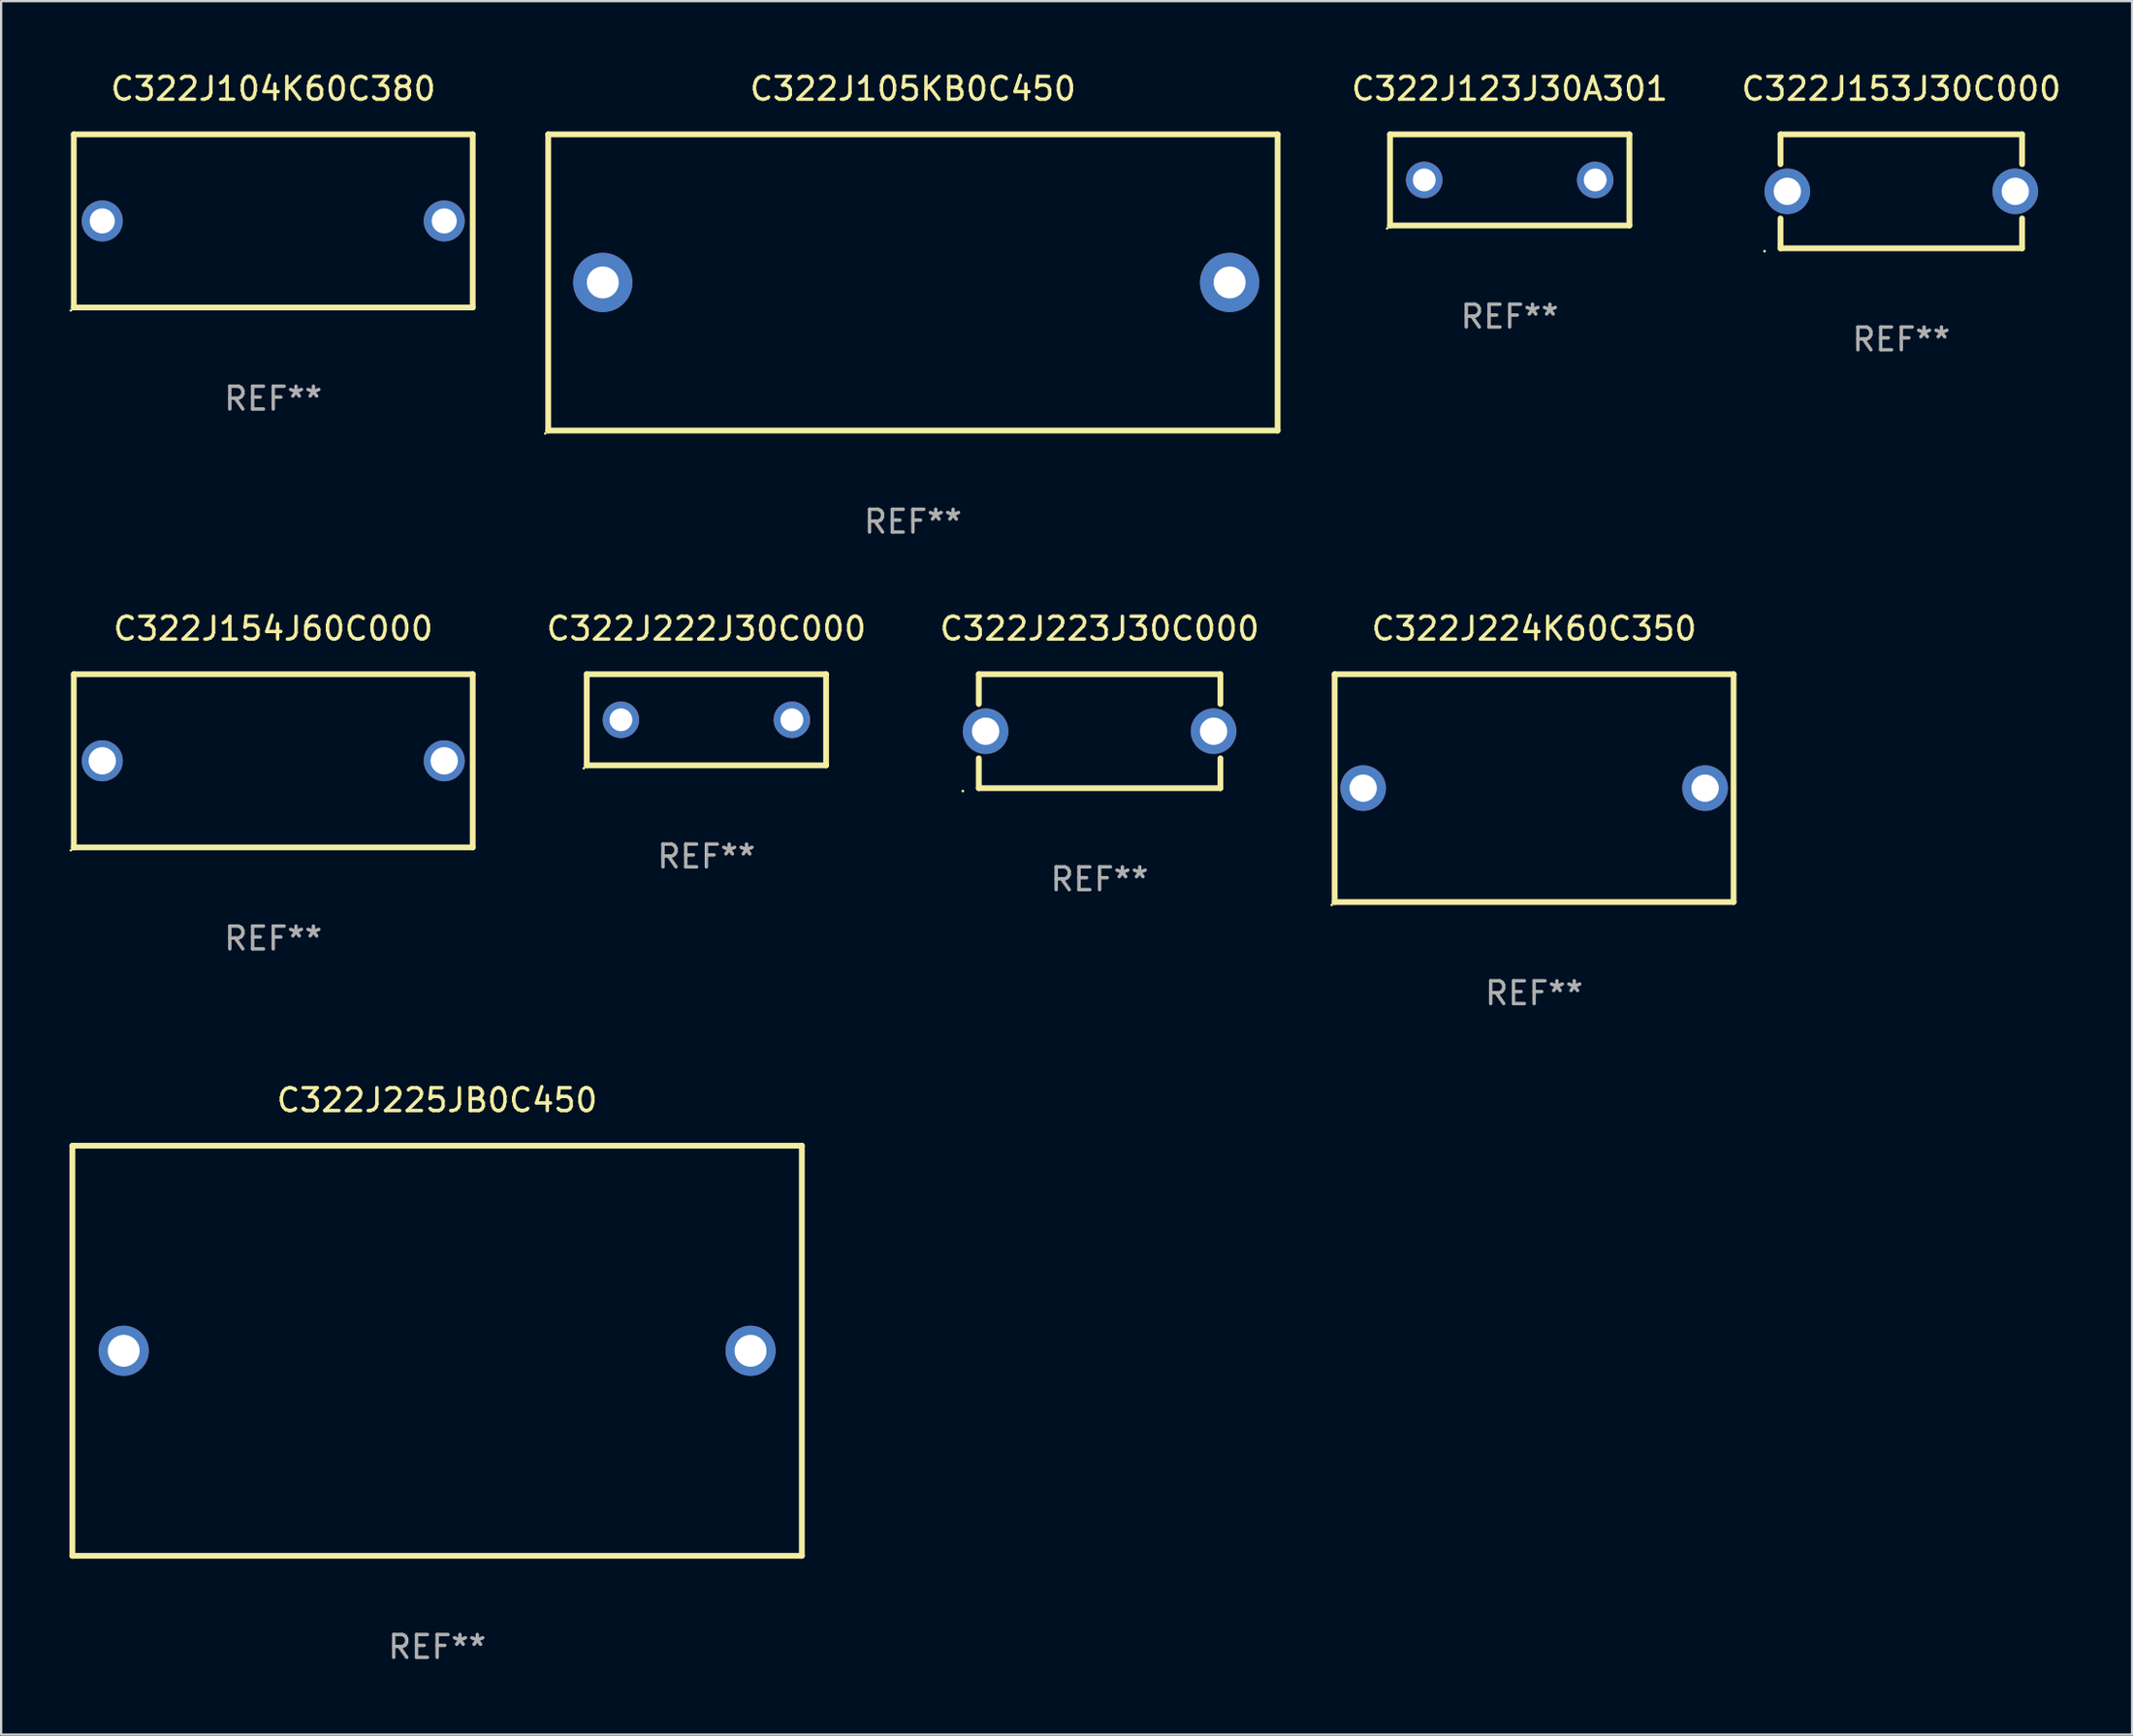
<source format=kicad_pcb>
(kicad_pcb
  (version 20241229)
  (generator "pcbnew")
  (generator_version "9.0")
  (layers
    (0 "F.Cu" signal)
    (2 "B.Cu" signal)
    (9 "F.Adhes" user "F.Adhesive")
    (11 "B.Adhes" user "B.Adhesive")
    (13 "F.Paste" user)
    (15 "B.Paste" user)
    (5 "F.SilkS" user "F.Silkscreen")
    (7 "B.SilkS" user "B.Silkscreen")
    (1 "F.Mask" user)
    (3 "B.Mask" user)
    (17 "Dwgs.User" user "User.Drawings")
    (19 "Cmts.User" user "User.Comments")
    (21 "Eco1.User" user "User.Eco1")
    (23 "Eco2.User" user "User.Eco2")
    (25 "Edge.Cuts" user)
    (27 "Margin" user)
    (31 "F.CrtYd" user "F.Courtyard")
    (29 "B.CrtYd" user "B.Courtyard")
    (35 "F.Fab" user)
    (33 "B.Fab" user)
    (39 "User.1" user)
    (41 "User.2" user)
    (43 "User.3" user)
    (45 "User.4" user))
  (footprint "C322J123J30A301"
    (layer "F.Cu")
    (at 63.18 4.848)
    (property "Reference" "C322J123J30A301" (at 0 -4 0) (layer "F.SilkS") (effects (font (size 1 1) (thickness 0.15))))
    (attr through_hole)
    (fp_line (start -5.25 -2) (end 5.25 -2) (stroke (width 0.254) (type solid)) (layer "F.SilkS"))
    (fp_line (start -5.25 2) (end -5.25 -2) (stroke (width 0.254) (type solid)) (layer "F.SilkS"))
    (fp_line (start 5.25 -2) (end 5.25 2) (stroke (width 0.254) (type solid)) (layer "F.SilkS"))
    (fp_line (start 5.25 2) (end -5.25 2) (stroke (width 0.254) (type solid)) (layer "F.SilkS"))
    (fp_circle (center -5.377 2.127) (end -5.347 2.127) (stroke (width 0.06) (type solid)) (fill no) (layer "F.SilkS"))
    (fp_text user "REF**" (at 0 6 0) (layer "F.Fab") (effects (font (size 1 1) (thickness 0.15))))
    (pad "1" thru_hole circle (at -3.75 0) (size 1.6 1.6) (drill 1) (layers "*.Cu" "*.Mask"))
    (pad "2" thru_hole circle (at 3.75 0) (size 1.6 1.6) (drill 1) (layers "*.Cu" "*.Mask")))
  (footprint "C322J153J30C000"
    (layer "F.Cu")
    (at 80.359 5.348)
    (property "Reference" "C322J153J30C000" (at 0 -4.5 0) (layer "F.SilkS") (effects (font (size 1 1) (thickness 0.15))))
    (attr through_hole)
    (fp_line (start -5.3 -2.5) (end -5.3 -1.194) (stroke (width 0.254) (type solid)) (layer "F.SilkS"))
    (fp_line (start -5.3 -2.5) (end 5.3 -2.5) (stroke (width 0.254) (type solid)) (layer "F.SilkS"))
    (fp_line (start -5.3 1.194) (end -5.3 2.5) (stroke (width 0.254) (type solid)) (layer "F.SilkS"))
    (fp_line (start -5.3 2.5) (end 5.3 2.5) (stroke (width 0.254) (type solid)) (layer "F.SilkS"))
    (fp_line (start 5.3 -2.5) (end 5.3 -1.194) (stroke (width 0.254) (type solid)) (layer "F.SilkS"))
    (fp_line (start 5.3 1.194) (end 5.3 2.5) (stroke (width 0.254) (type solid)) (layer "F.SilkS"))
    (fp_circle (center -6 2.627) (end -5.97 2.627) (stroke (width 0.06) (type solid)) (fill no) (layer "F.SilkS"))
    (fp_text user "REF**" (at 0 6.5 0) (layer "F.Fab") (effects (font (size 1 1) (thickness 0.15))))
    (pad "1" thru_hole circle (at -5 0) (size 2 2) (drill 1.2) (layers "*.Cu" "*.Mask"))
    (pad "2" thru_hole circle (at 5 0) (size 2 2) (drill 1.2) (layers "*.Cu" "*.Mask")))
  (footprint "C322J105KB0C450"
    (layer "F.Cu")
    (at 37 9.348)
    (property "Reference" "C322J105KB0C450" (at 0 -8.5 0) (layer "F.SilkS") (effects (font (size 1 1) (thickness 0.15))))
    (attr through_hole)
    (fp_line (start -15.999 -6.5) (end -15.999 6.5) (stroke (width 0.254) (type solid)) (layer "F.SilkS"))
    (fp_line (start -15.999 -6.5) (end 15.999 -6.5) (stroke (width 0.254) (type solid)) (layer "F.SilkS"))
    (fp_line (start 15.999 -6.5) (end 15.999 6.5) (stroke (width 0.254) (type solid)) (layer "F.SilkS"))
    (fp_line (start 15.999 6.5) (end -15.999 6.5) (stroke (width 0.254) (type solid)) (layer "F.SilkS"))
    (fp_circle (center -16.126 6.627) (end -16.096 6.627) (stroke (width 0.06) (type solid)) (fill no) (layer "F.SilkS"))
    (fp_text user "REF**" (at 0 10.5 0) (layer "F.Fab") (effects (font (size 1 1) (thickness 0.15))))
    (pad "1" thru_hole circle (at -13.606 0) (size 2.6 2.6) (drill 1.4) (layers "*.Cu" "*.Mask"))
    (pad "2" thru_hole circle (at 13.894 0) (size 2.6 2.6) (drill 1.4) (layers "*.Cu" "*.Mask")))
  (footprint "C322J104K60C380"
    (layer "F.Cu")
    (at 8.937 6.648)
    (property "Reference" "C322J104K60C380" (at 0 -5.8 0) (layer "F.SilkS") (effects (font (size 1 1) (thickness 0.15))))
    (attr through_hole)
    (fp_line (start -8.75 -3.8) (end 8.75 -3.8) (stroke (width 0.254) (type solid)) (layer "F.SilkS"))
    (fp_line (start -8.75 3.8) (end -8.75 -3.8) (stroke (width 0.254) (type solid)) (layer "F.SilkS"))
    (fp_line (start 8.75 -3.8) (end 8.75 3.8) (stroke (width 0.254) (type solid)) (layer "F.SilkS"))
    (fp_line (start 8.75 3.8) (end -8.75 3.8) (stroke (width 0.254) (type solid)) (layer "F.SilkS"))
    (fp_circle (center -8.877 3.927) (end -8.847 3.927) (stroke (width 0.06) (type solid)) (fill no) (layer "F.SilkS"))
    (fp_text user "REF**" (at 0 7.8 0) (layer "F.Fab") (effects (font (size 1 1) (thickness 0.15))))
    (pad "1" thru_hole circle (at -7.501 0) (size 1.8 1.8) (drill 1.1) (layers "*.Cu" "*.Mask"))
    (pad "2" thru_hole circle (at 7.501 0) (size 1.8 1.8) (drill 1.1) (layers "*.Cu" "*.Mask")))
  (footprint "C322J224K60C350"
    (layer "F.Cu")
    (at 64.251 31.545)
    (property "Reference" "C322J224K60C350" (at 0 -7 0) (layer "F.SilkS") (effects (font (size 1 1) (thickness 0.15))))
    (attr through_hole)
    (fp_line (start -8.75 -5) (end 8.75 -5) (stroke (width 0.254) (type solid)) (layer "F.SilkS"))
    (fp_line (start -8.75 5) (end -8.75 -5) (stroke (width 0.254) (type solid)) (layer "F.SilkS"))
    (fp_line (start 8.75 -5) (end 8.75 5) (stroke (width 0.254) (type solid)) (layer "F.SilkS"))
    (fp_line (start 8.75 5) (end -8.75 5) (stroke (width 0.254) (type solid)) (layer "F.SilkS"))
    (fp_circle (center -8.877 5.127) (end -8.847 5.127) (stroke (width 0.06) (type solid)) (fill no) (layer "F.SilkS"))
    (fp_text user "REF**" (at 0 9 0) (layer "F.Fab") (effects (font (size 1 1) (thickness 0.15))))
    (pad "1" thru_hole circle (at -7.5 0) (size 2 2) (drill 1.2) (layers "*.Cu" "*.Mask"))
    (pad "2" thru_hole circle (at 7.5 0) (size 2 2) (drill 1.2) (layers "*.Cu" "*.Mask")))
  (footprint "C322J223J30C000"
    (layer "F.Cu")
    (at 45.189 29.045)
    (property "Reference" "C322J223J30C000" (at 0 -4.5 0) (layer "F.SilkS") (effects (font (size 1 1) (thickness 0.15))))
    (attr through_hole)
    (fp_line (start -5.3 -2.5) (end -5.3 -1.194) (stroke (width 0.254) (type solid)) (layer "F.SilkS"))
    (fp_line (start -5.3 -2.5) (end 5.3 -2.5) (stroke (width 0.254) (type solid)) (layer "F.SilkS"))
    (fp_line (start -5.3 1.194) (end -5.3 2.5) (stroke (width 0.254) (type solid)) (layer "F.SilkS"))
    (fp_line (start -5.3 2.5) (end 5.3 2.5) (stroke (width 0.254) (type solid)) (layer "F.SilkS"))
    (fp_line (start 5.3 -2.5) (end 5.3 -1.194) (stroke (width 0.254) (type solid)) (layer "F.SilkS"))
    (fp_line (start 5.3 1.194) (end 5.3 2.5) (stroke (width 0.254) (type solid)) (layer "F.SilkS"))
    (fp_circle (center -6 2.627) (end -5.97 2.627) (stroke (width 0.06) (type solid)) (fill no) (layer "F.SilkS"))
    (fp_text user "REF**" (at 0 6.5 0) (layer "F.Fab") (effects (font (size 1 1) (thickness 0.15))))
    (pad "1" thru_hole circle (at -5 0) (size 2 2) (drill 1.2) (layers "*.Cu" "*.Mask"))
    (pad "2" thru_hole circle (at 5 0) (size 2 2) (drill 1.2) (layers "*.Cu" "*.Mask")))
  (footprint "C322J222J30C000"
    (layer "F.Cu")
    (at 27.939 28.545)
    (property "Reference" "C322J222J30C000" (at 0 -4 0) (layer "F.SilkS") (effects (font (size 1 1) (thickness 0.15))))
    (attr through_hole)
    (fp_line (start -5.25 -2) (end 5.25 -2) (stroke (width 0.254) (type solid)) (layer "F.SilkS"))
    (fp_line (start -5.25 2) (end -5.25 -2) (stroke (width 0.254) (type solid)) (layer "F.SilkS"))
    (fp_line (start 5.25 -2) (end 5.25 2) (stroke (width 0.254) (type solid)) (layer "F.SilkS"))
    (fp_line (start 5.25 2) (end -5.25 2) (stroke (width 0.254) (type solid)) (layer "F.SilkS"))
    (fp_circle (center -5.377 2.127) (end -5.347 2.127) (stroke (width 0.06) (type solid)) (fill no) (layer "F.SilkS"))
    (fp_text user "REF**" (at 0 6 0) (layer "F.Fab") (effects (font (size 1 1) (thickness 0.15))))
    (pad "1" thru_hole circle (at -3.75 0) (size 1.6 1.6) (drill 1) (layers "*.Cu" "*.Mask"))
    (pad "2" thru_hole circle (at 3.75 0) (size 1.6 1.6) (drill 1) (layers "*.Cu" "*.Mask")))
  (footprint "C322J154J60C000"
    (layer "F.Cu")
    (at 8.937 30.345)
    (property "Reference" "C322J154J60C000" (at 0 -5.8 0) (layer "F.SilkS") (effects (font (size 1 1) (thickness 0.15))))
    (attr through_hole)
    (fp_line (start -8.75 -3.8) (end 8.75 -3.8) (stroke (width 0.254) (type solid)) (layer "F.SilkS"))
    (fp_line (start -8.75 3.8) (end -8.75 -3.8) (stroke (width 0.254) (type solid)) (layer "F.SilkS"))
    (fp_line (start 8.75 -3.8) (end 8.75 3.8) (stroke (width 0.254) (type solid)) (layer "F.SilkS"))
    (fp_line (start 8.75 3.8) (end -8.75 3.8) (stroke (width 0.254) (type solid)) (layer "F.SilkS"))
    (fp_circle (center -8.877 3.927) (end -8.847 3.927) (stroke (width 0.06) (type solid)) (fill no) (layer "F.SilkS"))
    (fp_text user "REF**" (at 0 7.8 0) (layer "F.Fab") (effects (font (size 1 1) (thickness 0.15))))
    (pad "1" thru_hole circle (at -7.501 0) (size 1.8 1.8) (drill 1.2) (layers "*.Cu" "*.Mask"))
    (pad "2" thru_hole circle (at 7.501 0) (size 1.8 1.8) (drill 1.2) (layers "*.Cu" "*.Mask")))
  (footprint "C322J225JB0C450"
    (layer "F.Cu")
    (at 16.127 56.241)
    (property "Reference" "C322J225JB0C450" (at 0 -11 0) (layer "F.SilkS") (effects (font (size 1 1) (thickness 0.15))))
    (attr through_hole)
    (fp_line (start -16 -9) (end 16 -9) (stroke (width 0.254) (type solid)) (layer "F.SilkS"))
    (fp_line (start -16 9) (end -16 -9) (stroke (width 0.254) (type solid)) (layer "F.SilkS"))
    (fp_line (start 16 -9) (end 16 9) (stroke (width 0.254) (type solid)) (layer "F.SilkS"))
    (fp_line (start 16 9) (end -16 9) (stroke (width 0.254) (type solid)) (layer "F.SilkS"))
    (fp_circle (center -16 9) (end -15.97 9) (stroke (width 0.06) (type solid)) (fill no) (layer "F.SilkS"))
    (fp_text user "REF**" (at 0 13 0) (layer "F.Fab") (effects (font (size 1 1) (thickness 0.15))))
    (pad "1" thru_hole circle (at -13.75 0) (size 2.2 2.2) (drill 1.4) (layers "*.Cu" "*.Mask"))
    (pad "2" thru_hole circle (at 13.75 0) (size 2.2 2.2) (drill 1.4) (layers "*.Cu" "*.Mask")))
  (gr_rect
    (start -3 -3)
    (end 90.484 73.09)
    (stroke (width 0.1) (type default))
    (fill no)
    (layer "Edge.Cuts")))
</source>
